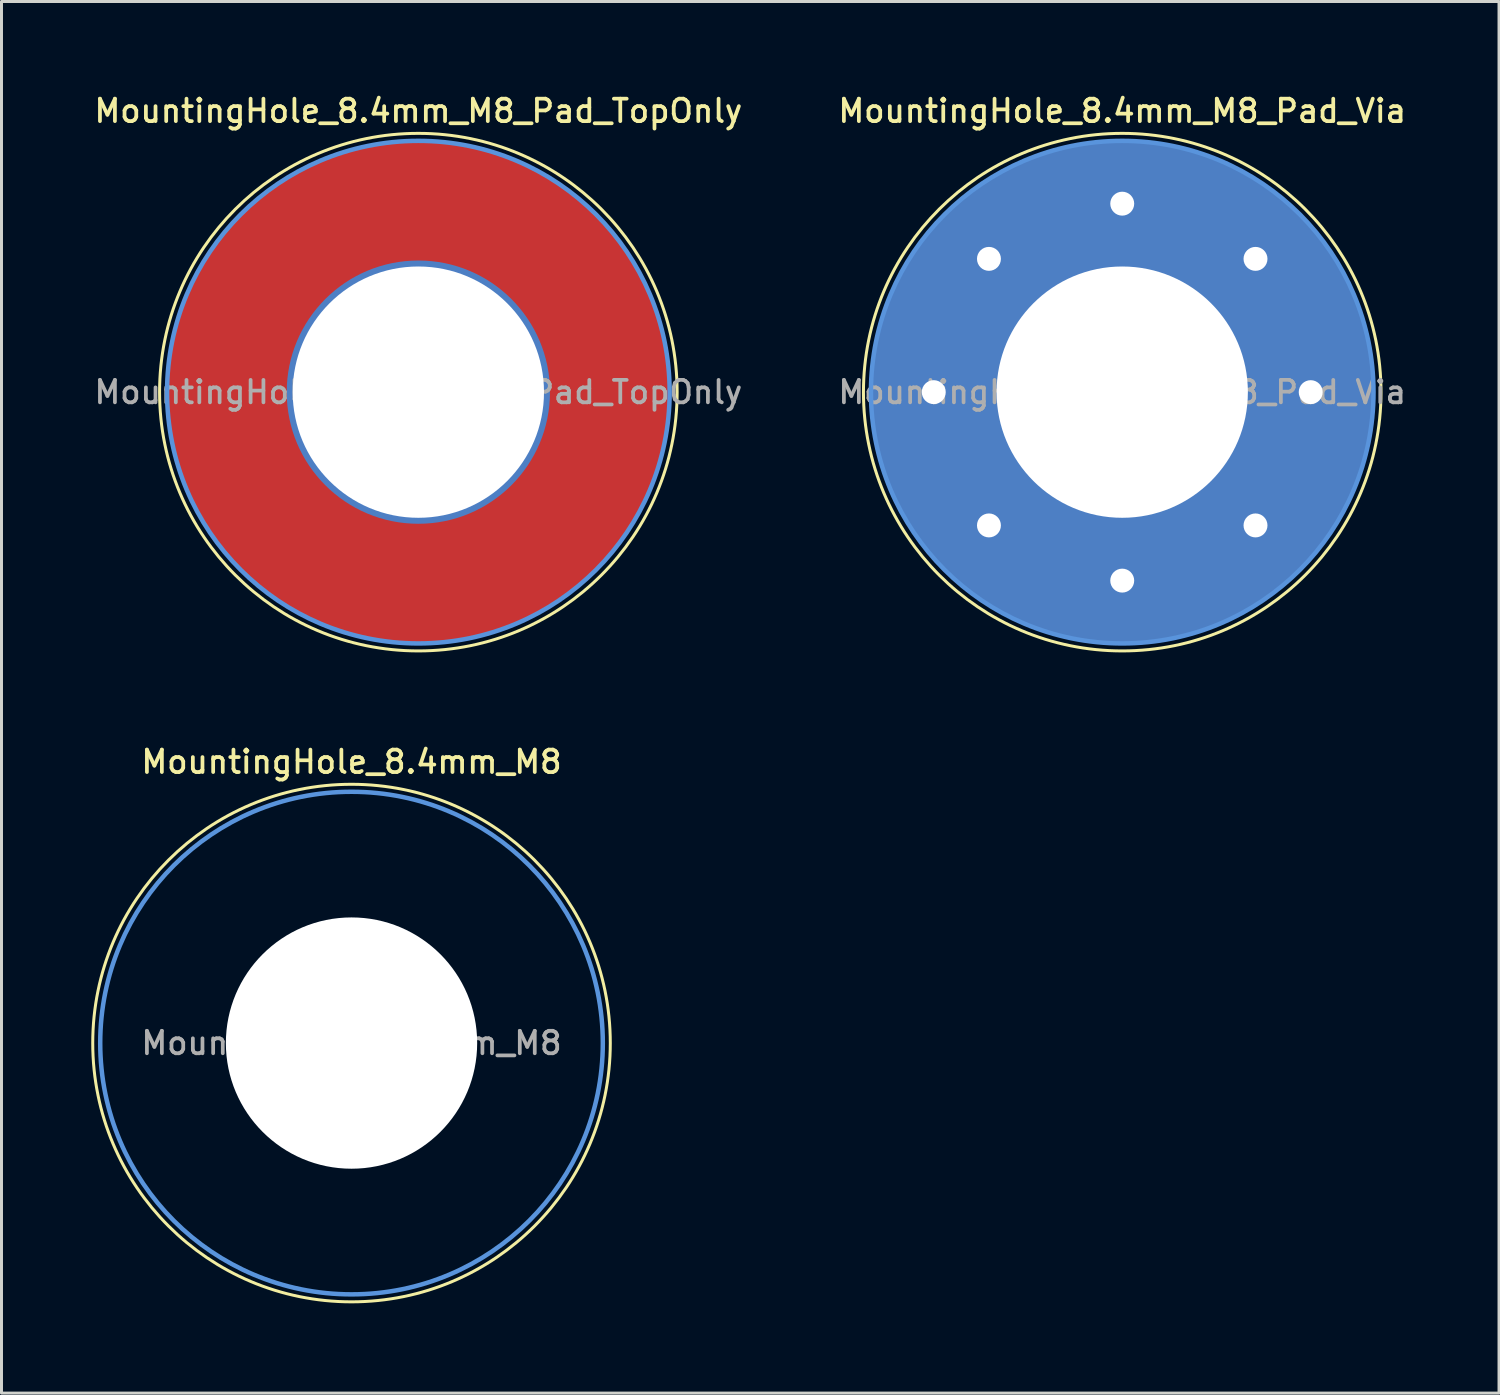
<source format=kicad_pcb>
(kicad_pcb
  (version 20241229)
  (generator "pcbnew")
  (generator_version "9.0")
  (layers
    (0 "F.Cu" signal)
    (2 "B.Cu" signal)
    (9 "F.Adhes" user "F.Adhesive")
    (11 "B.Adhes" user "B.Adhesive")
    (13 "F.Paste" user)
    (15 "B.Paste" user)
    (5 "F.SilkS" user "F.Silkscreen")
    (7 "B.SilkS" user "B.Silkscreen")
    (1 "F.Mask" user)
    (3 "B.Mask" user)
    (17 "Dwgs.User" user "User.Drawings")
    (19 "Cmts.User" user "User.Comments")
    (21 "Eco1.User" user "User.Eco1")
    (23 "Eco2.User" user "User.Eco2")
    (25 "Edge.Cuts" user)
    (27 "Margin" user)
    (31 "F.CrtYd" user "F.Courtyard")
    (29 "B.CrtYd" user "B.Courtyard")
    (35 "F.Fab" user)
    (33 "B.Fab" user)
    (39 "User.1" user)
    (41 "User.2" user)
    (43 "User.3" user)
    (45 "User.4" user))
  (footprint "MountingHole_8.4mm_M8_Pad_Via"
    (layer "F.Cu")
    (at 34.462 10.058)
    (property "Reference" "MountingHole_8.4mm_M8_Pad_Via" (at 0 -9.4 0) (layer "F.SilkS") (effects (font (size 0.75 0.75) (thickness 0.125))))
    (attr exclude_from_pos_files exclude_from_bom)
    (fp_circle (center 0 0) (end 8.65 0) (stroke (width 0.1) (type solid)) (fill no) (layer "F.SilkS"))
    (fp_circle (center 0 0) (end 8.4 0) (stroke (width 0.15) (type solid)) (fill no) (layer "Cmts.User"))
    (fp_text user "${REFERENCE}" (at 0 0 0) (layer "F.Fab") (effects (font (size 0.75 0.75) (thickness 0.125))))
    (pad "1" thru_hole circle (at -6.3 0) (size 1.1 1.1) (drill 0.8) (layers "*.Cu" "*.Mask"))
    (pad "1" thru_hole circle (at -4.455 -4.455) (size 1.1 1.1) (drill 0.8) (layers "*.Cu" "*.Mask"))
    (pad "1" thru_hole circle (at -4.455 4.455) (size 1.1 1.1) (drill 0.8) (layers "*.Cu" "*.Mask"))
    (pad "1" thru_hole circle (at 0 -6.3) (size 1.1 1.1) (drill 0.8) (layers "*.Cu" "*.Mask"))
    (pad "1" thru_hole circle (at 0 0) (size 16.8 16.8) (drill 8.4) (layers "*.Cu" "*.Mask"))
    (pad "1" thru_hole circle (at 0 6.3) (size 1.1 1.1) (drill 0.8) (layers "*.Cu" "*.Mask"))
    (pad "1" thru_hole circle (at 4.455 -4.455) (size 1.1 1.1) (drill 0.8) (layers "*.Cu" "*.Mask"))
    (pad "1" thru_hole circle (at 4.455 4.455) (size 1.1 1.1) (drill 0.8) (layers "*.Cu" "*.Mask"))
    (pad "1" thru_hole circle (at 6.3 0) (size 1.1 1.1) (drill 0.8) (layers "*.Cu" "*.Mask")))
  (footprint "MountingHole_8.4mm_M8_Pad_TopOnly"
    (layer "F.Cu")
    (at 10.934 10.058)
    (property "Reference" "MountingHole_8.4mm_M8_Pad_TopOnly" (at 0 -9.4 0) (layer "F.SilkS") (effects (font (size 0.75 0.75) (thickness 0.125))))
    (attr exclude_from_pos_files exclude_from_bom)
    (fp_circle (center 0 0) (end 8.65 0) (stroke (width 0.1) (type solid)) (fill no) (layer "F.SilkS"))
    (fp_circle (center 0 0) (end 8.4 0) (stroke (width 0.15) (type solid)) (fill no) (layer "Cmts.User"))
    (fp_text user "${REFERENCE}" (at 0 0 0) (layer "F.Fab") (effects (font (size 0.75 0.75) (thickness 0.125))))
    (pad "1" thru_hole circle (at 0 0) (size 8.8 8.8) (drill 8.4) (layers "*.Cu" "*.Mask"))
    (pad "1" connect circle (at 0 0) (size 16.8 16.8) (layers "F.Cu" "F.Mask")))
  (footprint "MountingHole_8.4mm_M8"
    (layer "F.Cu")
    (at 8.7 31.816)
    (property "Reference" "MountingHole_8.4mm_M8" (at 0 -9.4 0) (layer "F.SilkS") (effects (font (size 0.75 0.75) (thickness 0.125))))
    (attr exclude_from_pos_files exclude_from_bom)
    (fp_circle (center 0 0) (end 8.65 0) (stroke (width 0.1) (type solid)) (fill no) (layer "F.SilkS"))
    (fp_circle (center 0 0) (end 8.4 0) (stroke (width 0.15) (type solid)) (fill no) (layer "Cmts.User"))
    (fp_text user "${REFERENCE}" (at 0 0 0) (layer "F.Fab") (effects (font (size 0.75 0.75) (thickness 0.125))))
    (pad "" np_thru_hole circle (at 0 0) (size 8.4 8.4) (drill 8.4) (layers "*.Cu" "*.Mask")))
  (gr_rect
    (start -3 -3)
    (end 47.057 43.516)
    (stroke (width 0.1) (type default))
    (fill no)
    (layer "Edge.Cuts")))
</source>
